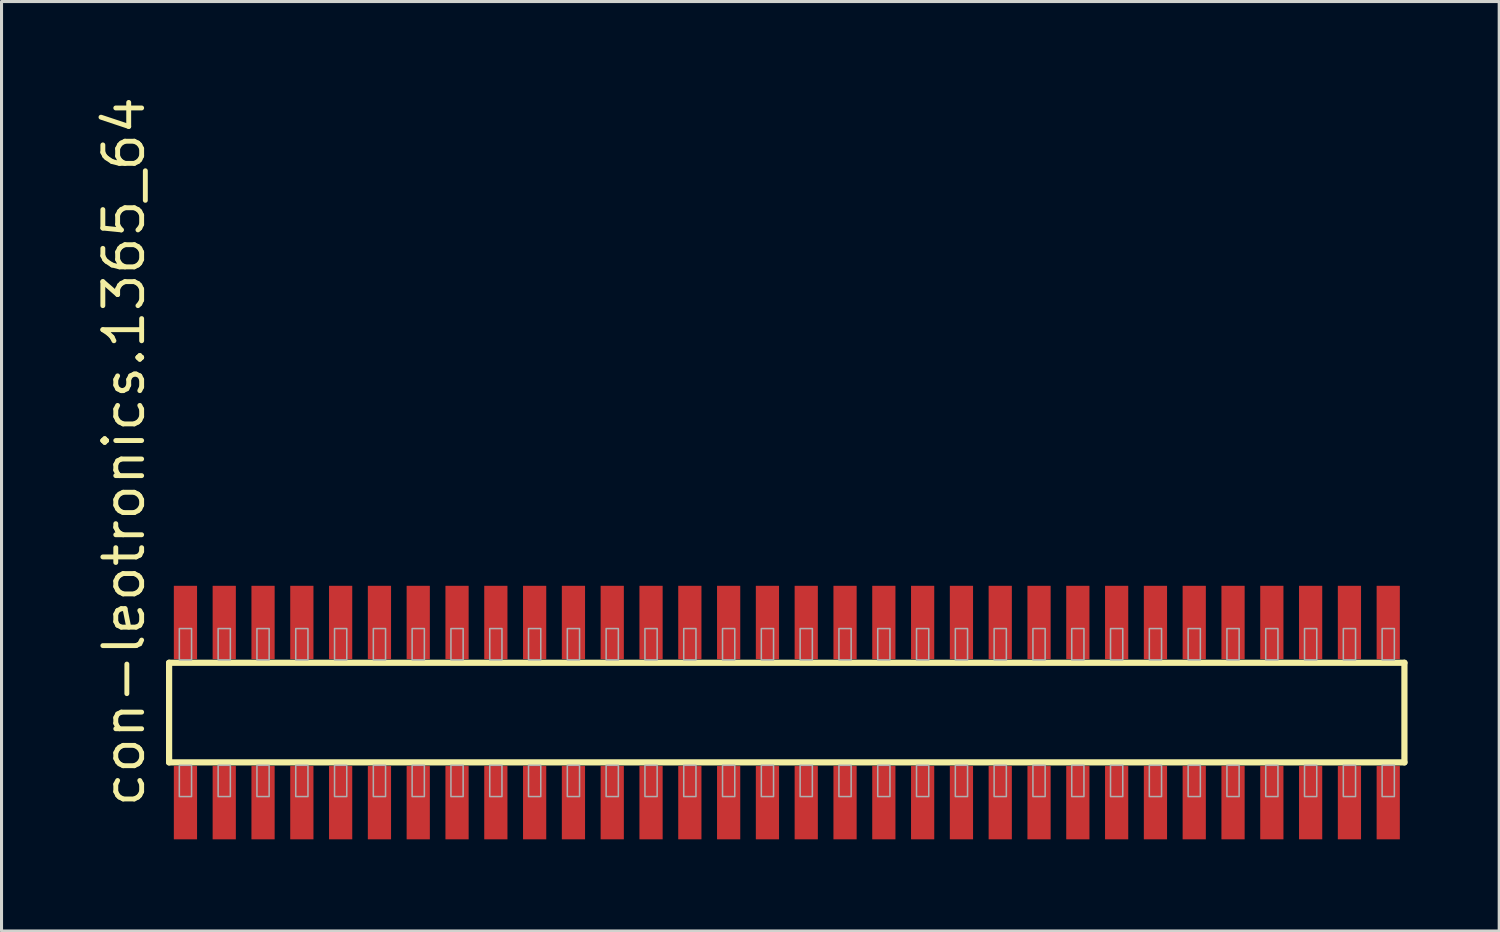
<source format=kicad_pcb>
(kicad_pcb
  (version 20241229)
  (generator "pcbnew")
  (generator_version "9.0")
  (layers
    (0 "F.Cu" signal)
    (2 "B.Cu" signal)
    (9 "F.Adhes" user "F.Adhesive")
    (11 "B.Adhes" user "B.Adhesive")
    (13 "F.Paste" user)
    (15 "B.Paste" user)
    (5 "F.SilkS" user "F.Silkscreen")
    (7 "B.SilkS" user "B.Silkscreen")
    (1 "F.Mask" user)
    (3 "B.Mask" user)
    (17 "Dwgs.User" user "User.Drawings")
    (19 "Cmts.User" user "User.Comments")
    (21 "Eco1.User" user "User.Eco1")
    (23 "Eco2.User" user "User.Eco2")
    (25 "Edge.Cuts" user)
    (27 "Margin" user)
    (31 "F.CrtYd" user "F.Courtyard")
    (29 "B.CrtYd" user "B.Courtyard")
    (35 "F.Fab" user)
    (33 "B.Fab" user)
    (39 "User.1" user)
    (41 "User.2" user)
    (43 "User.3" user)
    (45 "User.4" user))
  (footprint "con-leotronics.1365_64"
    (layer "F.Cu")
    (at 22.705 20.274)
    (property "Reference" "con-leotronics.1365_64" (at -20.955 3.175 90) (layer "F.SilkS") (effects (font (size 1.27 1.27) (thickness 0.16)) (justify left bottom)))
    (attr smd)
    (fp_line (start -20.22 -1.63) (end 20.215 -1.63) (stroke (width 0.203) (type default)) (layer "F.SilkS"))
    (fp_line (start -20.22 1.63) (end -20.22 -1.63) (stroke (width 0.203) (type default)) (layer "F.SilkS"))
    (fp_line (start 20.215 -1.63) (end 20.215 1.63) (stroke (width 0.203) (type default)) (layer "F.SilkS"))
    (fp_line (start 20.215 1.63) (end -20.22 1.63) (stroke (width 0.203) (type default)) (layer "F.SilkS"))
    (fp_rect (start -19.885 -1.725) (end -19.485 -2.75) (stroke (width 0.05) (type default)) (fill no) (layer "F.Fab"))
    (fp_rect (start -19.885 2.75) (end -19.485 1.725) (stroke (width 0.05) (type default)) (fill no) (layer "F.Fab"))
    (fp_rect (start -18.615 -1.725) (end -18.215 -2.75) (stroke (width 0.05) (type default)) (fill no) (layer "F.Fab"))
    (fp_rect (start -18.615 2.75) (end -18.215 1.725) (stroke (width 0.05) (type default)) (fill no) (layer "F.Fab"))
    (fp_rect (start -17.345 -1.725) (end -16.945 -2.75) (stroke (width 0.05) (type default)) (fill no) (layer "F.Fab"))
    (fp_rect (start -17.345 2.75) (end -16.945 1.725) (stroke (width 0.05) (type default)) (fill no) (layer "F.Fab"))
    (fp_rect (start -16.075 -1.725) (end -15.675 -2.75) (stroke (width 0.05) (type default)) (fill no) (layer "F.Fab"))
    (fp_rect (start -16.075 2.75) (end -15.675 1.725) (stroke (width 0.05) (type default)) (fill no) (layer "F.Fab"))
    (fp_rect (start -14.805 -1.725) (end -14.405 -2.75) (stroke (width 0.05) (type default)) (fill no) (layer "F.Fab"))
    (fp_rect (start -14.805 2.75) (end -14.405 1.725) (stroke (width 0.05) (type default)) (fill no) (layer "F.Fab"))
    (fp_rect (start -13.535 -1.725) (end -13.135 -2.75) (stroke (width 0.05) (type default)) (fill no) (layer "F.Fab"))
    (fp_rect (start -13.535 2.75) (end -13.135 1.725) (stroke (width 0.05) (type default)) (fill no) (layer "F.Fab"))
    (fp_rect (start -12.265 -1.725) (end -11.865 -2.75) (stroke (width 0.05) (type default)) (fill no) (layer "F.Fab"))
    (fp_rect (start -12.265 2.75) (end -11.865 1.725) (stroke (width 0.05) (type default)) (fill no) (layer "F.Fab"))
    (fp_rect (start -10.995 -1.725) (end -10.595 -2.75) (stroke (width 0.05) (type default)) (fill no) (layer "F.Fab"))
    (fp_rect (start -10.995 2.75) (end -10.595 1.725) (stroke (width 0.05) (type default)) (fill no) (layer "F.Fab"))
    (fp_rect (start -9.725 -1.725) (end -9.325 -2.75) (stroke (width 0.05) (type default)) (fill no) (layer "F.Fab"))
    (fp_rect (start -9.725 2.75) (end -9.325 1.725) (stroke (width 0.05) (type default)) (fill no) (layer "F.Fab"))
    (fp_rect (start -8.455 -1.725) (end -8.055 -2.75) (stroke (width 0.05) (type default)) (fill no) (layer "F.Fab"))
    (fp_rect (start -8.455 2.75) (end -8.055 1.725) (stroke (width 0.05) (type default)) (fill no) (layer "F.Fab"))
    (fp_rect (start -7.185 -1.725) (end -6.785 -2.75) (stroke (width 0.05) (type default)) (fill no) (layer "F.Fab"))
    (fp_rect (start -7.185 2.75) (end -6.785 1.725) (stroke (width 0.05) (type default)) (fill no) (layer "F.Fab"))
    (fp_rect (start -5.915 -1.725) (end -5.515 -2.75) (stroke (width 0.05) (type default)) (fill no) (layer "F.Fab"))
    (fp_rect (start -5.915 2.75) (end -5.515 1.725) (stroke (width 0.05) (type default)) (fill no) (layer "F.Fab"))
    (fp_rect (start -4.645 -1.725) (end -4.245 -2.75) (stroke (width 0.05) (type default)) (fill no) (layer "F.Fab"))
    (fp_rect (start -4.645 2.75) (end -4.245 1.725) (stroke (width 0.05) (type default)) (fill no) (layer "F.Fab"))
    (fp_rect (start -3.375 -1.725) (end -2.975 -2.75) (stroke (width 0.05) (type default)) (fill no) (layer "F.Fab"))
    (fp_rect (start -3.375 2.75) (end -2.975 1.725) (stroke (width 0.05) (type default)) (fill no) (layer "F.Fab"))
    (fp_rect (start -2.105 -1.725) (end -1.705 -2.75) (stroke (width 0.05) (type default)) (fill no) (layer "F.Fab"))
    (fp_rect (start -2.105 2.75) (end -1.705 1.725) (stroke (width 0.05) (type default)) (fill no) (layer "F.Fab"))
    (fp_rect (start -0.835 -1.725) (end -0.435 -2.75) (stroke (width 0.05) (type default)) (fill no) (layer "F.Fab"))
    (fp_rect (start -0.835 2.75) (end -0.435 1.725) (stroke (width 0.05) (type default)) (fill no) (layer "F.Fab"))
    (fp_rect (start 0.435 -1.725) (end 0.835 -2.75) (stroke (width 0.05) (type default)) (fill no) (layer "F.Fab"))
    (fp_rect (start 0.435 2.75) (end 0.835 1.725) (stroke (width 0.05) (type default)) (fill no) (layer "F.Fab"))
    (fp_rect (start 1.705 -1.725) (end 2.105 -2.75) (stroke (width 0.05) (type default)) (fill no) (layer "F.Fab"))
    (fp_rect (start 1.705 2.75) (end 2.105 1.725) (stroke (width 0.05) (type default)) (fill no) (layer "F.Fab"))
    (fp_rect (start 2.975 -1.725) (end 3.375 -2.75) (stroke (width 0.05) (type default)) (fill no) (layer "F.Fab"))
    (fp_rect (start 2.975 2.75) (end 3.375 1.725) (stroke (width 0.05) (type default)) (fill no) (layer "F.Fab"))
    (fp_rect (start 4.245 -1.725) (end 4.645 -2.75) (stroke (width 0.05) (type default)) (fill no) (layer "F.Fab"))
    (fp_rect (start 4.245 2.75) (end 4.645 1.725) (stroke (width 0.05) (type default)) (fill no) (layer "F.Fab"))
    (fp_rect (start 5.515 -1.725) (end 5.915 -2.75) (stroke (width 0.05) (type default)) (fill no) (layer "F.Fab"))
    (fp_rect (start 5.515 2.75) (end 5.915 1.725) (stroke (width 0.05) (type default)) (fill no) (layer "F.Fab"))
    (fp_rect (start 6.785 -1.725) (end 7.185 -2.75) (stroke (width 0.05) (type default)) (fill no) (layer "F.Fab"))
    (fp_rect (start 6.785 2.75) (end 7.185 1.725) (stroke (width 0.05) (type default)) (fill no) (layer "F.Fab"))
    (fp_rect (start 8.055 -1.725) (end 8.455 -2.75) (stroke (width 0.05) (type default)) (fill no) (layer "F.Fab"))
    (fp_rect (start 8.055 2.75) (end 8.455 1.725) (stroke (width 0.05) (type default)) (fill no) (layer "F.Fab"))
    (fp_rect (start 9.325 -1.725) (end 9.725 -2.75) (stroke (width 0.05) (type default)) (fill no) (layer "F.Fab"))
    (fp_rect (start 9.325 2.75) (end 9.725 1.725) (stroke (width 0.05) (type default)) (fill no) (layer "F.Fab"))
    (fp_rect (start 10.595 -1.725) (end 10.995 -2.75) (stroke (width 0.05) (type default)) (fill no) (layer "F.Fab"))
    (fp_rect (start 10.595 2.75) (end 10.995 1.725) (stroke (width 0.05) (type default)) (fill no) (layer "F.Fab"))
    (fp_rect (start 11.865 -1.725) (end 12.265 -2.75) (stroke (width 0.05) (type default)) (fill no) (layer "F.Fab"))
    (fp_rect (start 11.865 2.75) (end 12.265 1.725) (stroke (width 0.05) (type default)) (fill no) (layer "F.Fab"))
    (fp_rect (start 13.135 -1.725) (end 13.535 -2.75) (stroke (width 0.05) (type default)) (fill no) (layer "F.Fab"))
    (fp_rect (start 13.135 2.75) (end 13.535 1.725) (stroke (width 0.05) (type default)) (fill no) (layer "F.Fab"))
    (fp_rect (start 14.405 -1.725) (end 14.805 -2.75) (stroke (width 0.05) (type default)) (fill no) (layer "F.Fab"))
    (fp_rect (start 14.405 2.75) (end 14.805 1.725) (stroke (width 0.05) (type default)) (fill no) (layer "F.Fab"))
    (fp_rect (start 15.675 -1.725) (end 16.075 -2.75) (stroke (width 0.05) (type default)) (fill no) (layer "F.Fab"))
    (fp_rect (start 15.675 2.75) (end 16.075 1.725) (stroke (width 0.05) (type default)) (fill no) (layer "F.Fab"))
    (fp_rect (start 16.945 -1.725) (end 17.345 -2.75) (stroke (width 0.05) (type default)) (fill no) (layer "F.Fab"))
    (fp_rect (start 16.945 2.75) (end 17.345 1.725) (stroke (width 0.05) (type default)) (fill no) (layer "F.Fab"))
    (fp_rect (start 18.215 -1.725) (end 18.615 -2.75) (stroke (width 0.05) (type default)) (fill no) (layer "F.Fab"))
    (fp_rect (start 18.215 2.75) (end 18.615 1.725) (stroke (width 0.05) (type default)) (fill no) (layer "F.Fab"))
    (fp_rect (start 19.485 -1.725) (end 19.885 -2.75) (stroke (width 0.05) (type default)) (fill no) (layer "F.Fab"))
    (fp_rect (start 19.485 2.75) (end 19.885 1.725) (stroke (width 0.05) (type default)) (fill no) (layer "F.Fab"))
    (pad "1" smd roundrect (at -19.685 2.95) (size 0.76 2.4) (layers "F.Cu" "F.Mask" "F.Paste") (roundrect_rratio 0.01))
    (pad "2" smd roundrect (at -19.685 -2.95) (size 0.76 2.4) (layers "F.Cu" "F.Mask" "F.Paste") (roundrect_rratio 0.01))
    (pad "3" smd roundrect (at -18.415 2.95) (size 0.76 2.4) (layers "F.Cu" "F.Mask" "F.Paste") (roundrect_rratio 0.01))
    (pad "4" smd roundrect (at -18.415 -2.95) (size 0.76 2.4) (layers "F.Cu" "F.Mask" "F.Paste") (roundrect_rratio 0.01))
    (pad "5" smd roundrect (at -17.145 2.95) (size 0.76 2.4) (layers "F.Cu" "F.Mask" "F.Paste") (roundrect_rratio 0.01))
    (pad "6" smd roundrect (at -17.145 -2.95) (size 0.76 2.4) (layers "F.Cu" "F.Mask" "F.Paste") (roundrect_rratio 0.01))
    (pad "7" smd roundrect (at -15.875 2.95) (size 0.76 2.4) (layers "F.Cu" "F.Mask" "F.Paste") (roundrect_rratio 0.01))
    (pad "8" smd roundrect (at -15.875 -2.95) (size 0.76 2.4) (layers "F.Cu" "F.Mask" "F.Paste") (roundrect_rratio 0.01))
    (pad "9" smd roundrect (at -14.605 2.95) (size 0.76 2.4) (layers "F.Cu" "F.Mask" "F.Paste") (roundrect_rratio 0.01))
    (pad "10" smd roundrect (at -14.605 -2.95) (size 0.76 2.4) (layers "F.Cu" "F.Mask" "F.Paste") (roundrect_rratio 0.01))
    (pad "11" smd roundrect (at -13.335 2.95) (size 0.76 2.4) (layers "F.Cu" "F.Mask" "F.Paste") (roundrect_rratio 0.01))
    (pad "12" smd roundrect (at -13.335 -2.95) (size 0.76 2.4) (layers "F.Cu" "F.Mask" "F.Paste") (roundrect_rratio 0.01))
    (pad "13" smd roundrect (at -12.065 2.95) (size 0.76 2.4) (layers "F.Cu" "F.Mask" "F.Paste") (roundrect_rratio 0.01))
    (pad "14" smd roundrect (at -12.065 -2.95) (size 0.76 2.4) (layers "F.Cu" "F.Mask" "F.Paste") (roundrect_rratio 0.01))
    (pad "15" smd roundrect (at -10.795 2.95) (size 0.76 2.4) (layers "F.Cu" "F.Mask" "F.Paste") (roundrect_rratio 0.01))
    (pad "16" smd roundrect (at -10.795 -2.95) (size 0.76 2.4) (layers "F.Cu" "F.Mask" "F.Paste") (roundrect_rratio 0.01))
    (pad "17" smd roundrect (at -9.525 2.95) (size 0.76 2.4) (layers "F.Cu" "F.Mask" "F.Paste") (roundrect_rratio 0.01))
    (pad "18" smd roundrect (at -9.525 -2.95) (size 0.76 2.4) (layers "F.Cu" "F.Mask" "F.Paste") (roundrect_rratio 0.01))
    (pad "19" smd roundrect (at -8.255 2.95) (size 0.76 2.4) (layers "F.Cu" "F.Mask" "F.Paste") (roundrect_rratio 0.01))
    (pad "20" smd roundrect (at -8.255 -2.95) (size 0.76 2.4) (layers "F.Cu" "F.Mask" "F.Paste") (roundrect_rratio 0.01))
    (pad "21" smd roundrect (at -6.985 2.95) (size 0.76 2.4) (layers "F.Cu" "F.Mask" "F.Paste") (roundrect_rratio 0.01))
    (pad "22" smd roundrect (at -6.985 -2.95) (size 0.76 2.4) (layers "F.Cu" "F.Mask" "F.Paste") (roundrect_rratio 0.01))
    (pad "23" smd roundrect (at -5.715 2.95) (size 0.76 2.4) (layers "F.Cu" "F.Mask" "F.Paste") (roundrect_rratio 0.01))
    (pad "24" smd roundrect (at -5.715 -2.95) (size 0.76 2.4) (layers "F.Cu" "F.Mask" "F.Paste") (roundrect_rratio 0.01))
    (pad "25" smd roundrect (at -4.445 2.95) (size 0.76 2.4) (layers "F.Cu" "F.Mask" "F.Paste") (roundrect_rratio 0.01))
    (pad "26" smd roundrect (at -4.445 -2.95) (size 0.76 2.4) (layers "F.Cu" "F.Mask" "F.Paste") (roundrect_rratio 0.01))
    (pad "27" smd roundrect (at -3.175 2.95) (size 0.76 2.4) (layers "F.Cu" "F.Mask" "F.Paste") (roundrect_rratio 0.01))
    (pad "28" smd roundrect (at -3.175 -2.95) (size 0.76 2.4) (layers "F.Cu" "F.Mask" "F.Paste") (roundrect_rratio 0.01))
    (pad "29" smd roundrect (at -1.905 2.95) (size 0.76 2.4) (layers "F.Cu" "F.Mask" "F.Paste") (roundrect_rratio 0.01))
    (pad "30" smd roundrect (at -1.905 -2.95) (size 0.76 2.4) (layers "F.Cu" "F.Mask" "F.Paste") (roundrect_rratio 0.01))
    (pad "31" smd roundrect (at -0.635 2.95) (size 0.76 2.4) (layers "F.Cu" "F.Mask" "F.Paste") (roundrect_rratio 0.01))
    (pad "32" smd roundrect (at -0.635 -2.95) (size 0.76 2.4) (layers "F.Cu" "F.Mask" "F.Paste") (roundrect_rratio 0.01))
    (pad "33" smd roundrect (at 0.635 2.95) (size 0.76 2.4) (layers "F.Cu" "F.Mask" "F.Paste") (roundrect_rratio 0.01))
    (pad "34" smd roundrect (at 0.635 -2.95) (size 0.76 2.4) (layers "F.Cu" "F.Mask" "F.Paste") (roundrect_rratio 0.01))
    (pad "35" smd roundrect (at 1.905 2.95) (size 0.76 2.4) (layers "F.Cu" "F.Mask" "F.Paste") (roundrect_rratio 0.01))
    (pad "36" smd roundrect (at 1.905 -2.95) (size 0.76 2.4) (layers "F.Cu" "F.Mask" "F.Paste") (roundrect_rratio 0.01))
    (pad "37" smd roundrect (at 3.175 2.95) (size 0.76 2.4) (layers "F.Cu" "F.Mask" "F.Paste") (roundrect_rratio 0.01))
    (pad "38" smd roundrect (at 3.175 -2.95) (size 0.76 2.4) (layers "F.Cu" "F.Mask" "F.Paste") (roundrect_rratio 0.01))
    (pad "39" smd roundrect (at 4.445 2.95) (size 0.76 2.4) (layers "F.Cu" "F.Mask" "F.Paste") (roundrect_rratio 0.01))
    (pad "40" smd roundrect (at 4.445 -2.95) (size 0.76 2.4) (layers "F.Cu" "F.Mask" "F.Paste") (roundrect_rratio 0.01))
    (pad "41" smd roundrect (at 5.715 2.95) (size 0.76 2.4) (layers "F.Cu" "F.Mask" "F.Paste") (roundrect_rratio 0.01))
    (pad "42" smd roundrect (at 5.715 -2.95) (size 0.76 2.4) (layers "F.Cu" "F.Mask" "F.Paste") (roundrect_rratio 0.01))
    (pad "43" smd roundrect (at 6.985 2.95) (size 0.76 2.4) (layers "F.Cu" "F.Mask" "F.Paste") (roundrect_rratio 0.01))
    (pad "44" smd roundrect (at 6.985 -2.95) (size 0.76 2.4) (layers "F.Cu" "F.Mask" "F.Paste") (roundrect_rratio 0.01))
    (pad "45" smd roundrect (at 8.255 2.95) (size 0.76 2.4) (layers "F.Cu" "F.Mask" "F.Paste") (roundrect_rratio 0.01))
    (pad "46" smd roundrect (at 8.255 -2.95) (size 0.76 2.4) (layers "F.Cu" "F.Mask" "F.Paste") (roundrect_rratio 0.01))
    (pad "47" smd roundrect (at 9.525 2.95) (size 0.76 2.4) (layers "F.Cu" "F.Mask" "F.Paste") (roundrect_rratio 0.01))
    (pad "48" smd roundrect (at 9.525 -2.95) (size 0.76 2.4) (layers "F.Cu" "F.Mask" "F.Paste") (roundrect_rratio 0.01))
    (pad "49" smd roundrect (at 10.795 2.95) (size 0.76 2.4) (layers "F.Cu" "F.Mask" "F.Paste") (roundrect_rratio 0.01))
    (pad "50" smd roundrect (at 10.795 -2.95) (size 0.76 2.4) (layers "F.Cu" "F.Mask" "F.Paste") (roundrect_rratio 0.01))
    (pad "51" smd roundrect (at 12.065 2.95) (size 0.76 2.4) (layers "F.Cu" "F.Mask" "F.Paste") (roundrect_rratio 0.01))
    (pad "52" smd roundrect (at 12.065 -2.95) (size 0.76 2.4) (layers "F.Cu" "F.Mask" "F.Paste") (roundrect_rratio 0.01))
    (pad "53" smd roundrect (at 13.335 2.95) (size 0.76 2.4) (layers "F.Cu" "F.Mask" "F.Paste") (roundrect_rratio 0.01))
    (pad "54" smd roundrect (at 13.335 -2.95) (size 0.76 2.4) (layers "F.Cu" "F.Mask" "F.Paste") (roundrect_rratio 0.01))
    (pad "55" smd roundrect (at 14.605 2.95) (size 0.76 2.4) (layers "F.Cu" "F.Mask" "F.Paste") (roundrect_rratio 0.01))
    (pad "56" smd roundrect (at 14.605 -2.95) (size 0.76 2.4) (layers "F.Cu" "F.Mask" "F.Paste") (roundrect_rratio 0.01))
    (pad "57" smd roundrect (at 15.875 2.95) (size 0.76 2.4) (layers "F.Cu" "F.Mask" "F.Paste") (roundrect_rratio 0.01))
    (pad "58" smd roundrect (at 15.875 -2.95) (size 0.76 2.4) (layers "F.Cu" "F.Mask" "F.Paste") (roundrect_rratio 0.01))
    (pad "59" smd roundrect (at 17.145 2.95) (size 0.76 2.4) (layers "F.Cu" "F.Mask" "F.Paste") (roundrect_rratio 0.01))
    (pad "60" smd roundrect (at 17.145 -2.95) (size 0.76 2.4) (layers "F.Cu" "F.Mask" "F.Paste") (roundrect_rratio 0.01))
    (pad "61" smd roundrect (at 18.415 2.95) (size 0.76 2.4) (layers "F.Cu" "F.Mask" "F.Paste") (roundrect_rratio 0.01))
    (pad "62" smd roundrect (at 18.415 -2.95) (size 0.76 2.4) (layers "F.Cu" "F.Mask" "F.Paste") (roundrect_rratio 0.01))
    (pad "63" smd roundrect (at 19.685 2.95) (size 0.76 2.4) (layers "F.Cu" "F.Mask" "F.Paste") (roundrect_rratio 0.01))
    (pad "64" smd roundrect (at 19.685 -2.95) (size 0.76 2.4) (layers "F.Cu" "F.Mask" "F.Paste") (roundrect_rratio 0.01)))
  (gr_rect
    (start -3 -3)
    (end 46.022 27.424)
    (stroke (width 0.1) (type default))
    (fill no)
    (layer "Edge.Cuts")))
</source>
